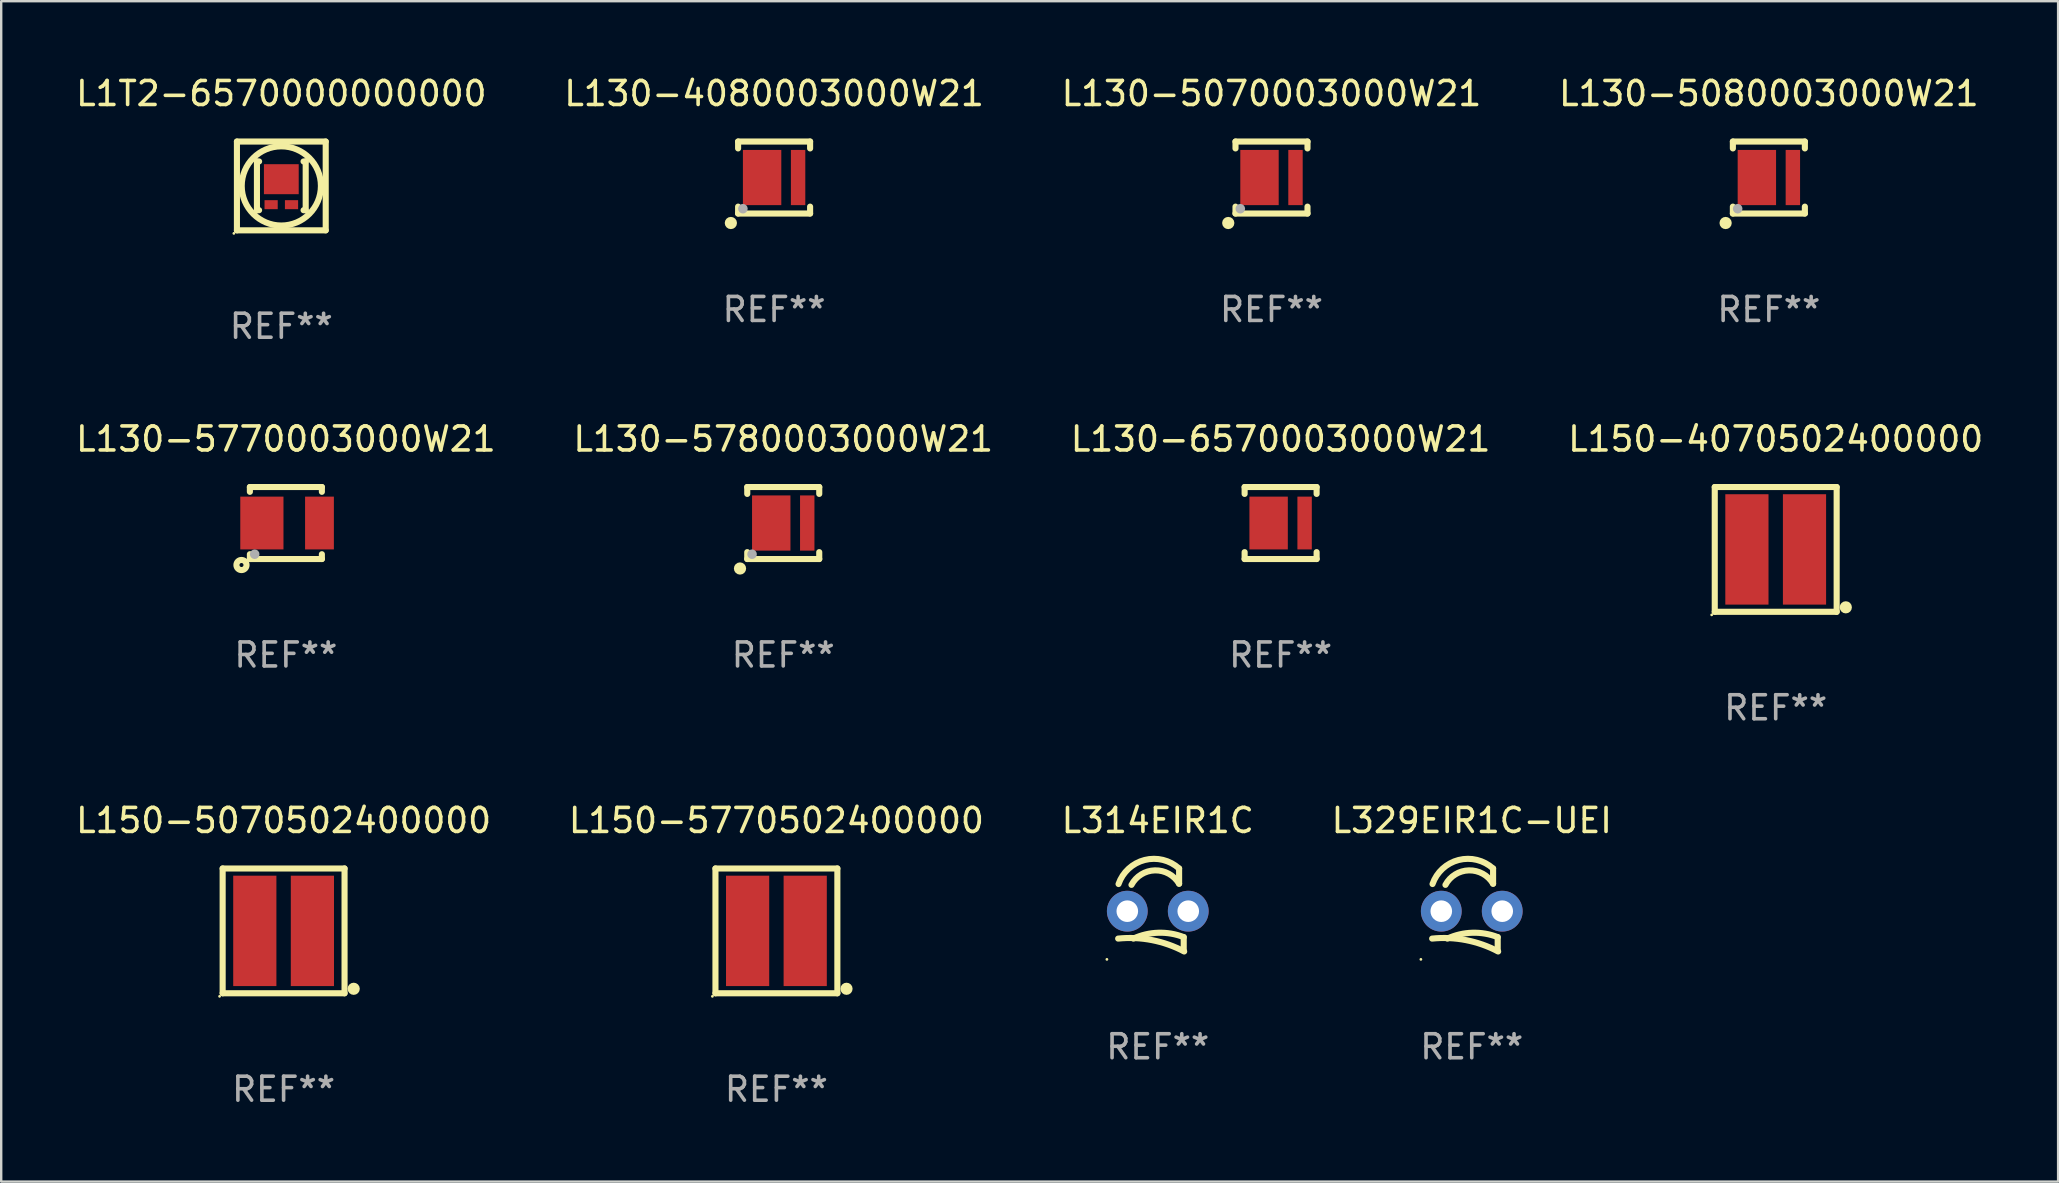
<source format=kicad_pcb>
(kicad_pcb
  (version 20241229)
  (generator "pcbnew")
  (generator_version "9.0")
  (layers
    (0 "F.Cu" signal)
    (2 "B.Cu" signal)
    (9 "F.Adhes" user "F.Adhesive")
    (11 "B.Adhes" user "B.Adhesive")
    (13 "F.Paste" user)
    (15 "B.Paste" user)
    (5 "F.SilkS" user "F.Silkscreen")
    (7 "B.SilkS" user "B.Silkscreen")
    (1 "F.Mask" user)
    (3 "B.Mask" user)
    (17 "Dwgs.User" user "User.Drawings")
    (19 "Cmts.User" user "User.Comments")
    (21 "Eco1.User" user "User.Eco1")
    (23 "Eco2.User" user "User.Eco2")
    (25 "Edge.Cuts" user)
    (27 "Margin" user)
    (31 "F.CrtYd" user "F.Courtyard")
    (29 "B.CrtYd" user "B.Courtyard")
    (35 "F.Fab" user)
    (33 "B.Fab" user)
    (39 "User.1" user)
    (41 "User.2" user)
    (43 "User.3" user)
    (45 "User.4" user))
  (footprint "L130-5080003000W21"
    (layer "F.Cu")
    (at 70.661 4.348)
    (property "Reference" "L130-5080003000W21" (at 0 -3.5 0) (layer "F.SilkS") (effects (font (size 1 1) (thickness 0.15))))
    (attr through_hole)
    (fp_line (start -1.5 -1.5) (end -1.5 -1.213) (stroke (width 0.254) (type solid)) (layer "F.SilkS"))
    (fp_line (start -1.5 -1.5) (end 1.5 -1.5) (stroke (width 0.254) (type solid)) (layer "F.SilkS"))
    (fp_line (start -1.5 1.213) (end -1.5 1.5) (stroke (width 0.254) (type solid)) (layer "F.SilkS"))
    (fp_line (start -1.5 1.5) (end 1.5 1.5) (stroke (width 0.254) (type solid)) (layer "F.SilkS"))
    (fp_line (start 1.5 -1.213) (end 1.5 -1.5) (stroke (width 0.254) (type solid)) (layer "F.SilkS"))
    (fp_line (start 1.5 1.5) (end 1.5 1.213) (stroke (width 0.254) (type solid)) (layer "F.SilkS"))
    (fp_circle (center -1.802 1.895) (end -1.674 1.895) (stroke (width 0.254) (type solid)) (fill no) (layer "F.SilkS"))
    (fp_circle (center -1.5 1.5) (end -1.47 1.5) (stroke (width 0.06) (type solid)) (fill no) (layer "F.SilkS"))
    (fp_circle (center -1.3 1.3) (end -1.2 1.3) (stroke (width 0.2) (type solid)) (fill no) (layer "F.Fab"))
    (fp_text user "REF**" (at 0 5.5 0) (layer "F.Fab") (effects (font (size 1 1) (thickness 0.15))))
    (pad "1" smd rect (at -0.5 0) (size 1.6 2.3) (layers "F.Cu" "F.Mask" "F.Paste"))
    (pad "2" smd rect (at 1 0) (size 0.6 2.3) (layers "F.Cu" "F.Mask" "F.Paste")))
  (footprint "L329EIR1C-UEI"
    (layer "F.Cu")
    (at 58.28 34.856)
    (property "Reference" "L329EIR1C-UEI" (at 0 -3.715 0) (layer "F.SilkS") (effects (font (size 1 1) (thickness 0.15))))
    (attr through_hole)
    (fp_line (start 0.889 -1.08) (end 0.889 -1.715) (stroke (width 0.254) (type solid)) (layer "F.SilkS"))
    (fp_line (start 1.081 1.145) (end 1.081 1.715) (stroke (width 0.254) (type solid)) (layer "F.SilkS"))
    (fp_arc (start -1.651003 1.206502) (mid -0.235595 1.270962) (end 1.100229 1.743307) (stroke (width 0.254001) (type solid)) (layer "F.SilkS"))
    (fp_arc (start -1.634417 -1.068022) (mid -0.54636 -2.069084) (end 0.889002 -1.714503) (stroke (width 0.254001) (type solid)) (layer "F.SilkS"))
    (fp_arc (start -1.09619 -1.03269) (mid -0.117284 -1.636677) (end 0.889002 -1.079502) (stroke (width 0.254001) (type solid)) (layer "F.SilkS"))
    (fp_arc (start -1.016002 1.206502) (mid 0.026416 0.962631) (end 1.081357 1.144856) (stroke (width 0.254001) (type solid)) (layer "F.SilkS"))
    (fp_circle (center -2.12 2.072) (end -2.09 2.072) (stroke (width 0.06) (type solid)) (fill no) (layer "F.SilkS"))
    (fp_text user "REF**" (at 0 5.715 0) (layer "F.Fab") (effects (font (size 1 1) (thickness 0.15))))
    (pad "1" thru_hole circle (at -1.27 0.064) (size 1.7 1.7) (drill 0.9) (layers "*.Cu" "*.Mask"))
    (pad "2" thru_hole circle (at 1.27 0.064) (size 1.7 1.7) (drill 0.9) (layers "*.Cu" "*.Mask")))
  (footprint "L130-5770003000W21"
    (layer "F.Cu")
    (at 8.863 18.745)
    (property "Reference" "L130-5770003000W21" (at 0 -3.5 0) (layer "F.SilkS") (effects (font (size 1 1) (thickness 0.15))))
    (attr through_hole)
    (fp_line (start -1.5 -1.5) (end -1.5 -1.3) (stroke (width 0.254) (type solid)) (layer "F.SilkS"))
    (fp_line (start -1.5 -1.5) (end 1.5 -1.5) (stroke (width 0.254) (type solid)) (layer "F.SilkS"))
    (fp_line (start -1.5 1.5) (end 1.5 1.5) (stroke (width 0.254) (type solid)) (layer "F.SilkS"))
    (fp_line (start -1.5 1.3) (end -1.5 1.5) (stroke (width 0.254) (type solid)) (layer "F.SilkS"))
    (fp_line (start 1.5 1.5) (end 1.5 1.3) (stroke (width 0.254) (type solid)) (layer "F.SilkS"))
    (fp_line (start 1.5 -1.3) (end 1.5 -1.5) (stroke (width 0.254) (type solid)) (layer "F.SilkS"))
    (fp_circle (center -1.85 1.75) (end -1.766 1.75) (stroke (width 0.254) (type solid)) (fill no) (layer "F.SilkS"))
    (fp_circle (center -1.5 1.5) (end -1.47 1.5) (stroke (width 0.06) (type solid)) (fill no) (layer "F.SilkS"))
    (fp_circle (center -1.3 1.3) (end -1.2 1.3) (stroke (width 0.2) (type solid)) (fill no) (layer "F.Fab"))
    (fp_text user "REF**" (at 0 5.5 0) (layer "F.Fab") (effects (font (size 1 1) (thickness 0.15))))
    (pad "1" smd rect (at -1 0) (size 1.8 2.2) (layers "F.Cu" "F.Mask" "F.Paste"))
    (pad "2" smd rect (at 1.4 0) (size 1.2 2.2) (layers "F.Cu" "F.Mask" "F.Paste")))
  (footprint "L130-5070003000W21"
    (layer "F.Cu")
    (at 49.935 4.348)
    (property "Reference" "L130-5070003000W21" (at 0 -3.5 0) (layer "F.SilkS") (effects (font (size 1 1) (thickness 0.15))))
    (attr through_hole)
    (fp_line (start -1.5 -1.5) (end -1.5 -1.213) (stroke (width 0.254) (type solid)) (layer "F.SilkS"))
    (fp_line (start -1.5 -1.5) (end 1.5 -1.5) (stroke (width 0.254) (type solid)) (layer "F.SilkS"))
    (fp_line (start -1.5 1.213) (end -1.5 1.5) (stroke (width 0.254) (type solid)) (layer "F.SilkS"))
    (fp_line (start -1.5 1.5) (end 1.5 1.5) (stroke (width 0.254) (type solid)) (layer "F.SilkS"))
    (fp_line (start 1.5 -1.213) (end 1.5 -1.5) (stroke (width 0.254) (type solid)) (layer "F.SilkS"))
    (fp_line (start 1.5 1.5) (end 1.5 1.213) (stroke (width 0.254) (type solid)) (layer "F.SilkS"))
    (fp_circle (center -1.802 1.895) (end -1.674 1.895) (stroke (width 0.254) (type solid)) (fill no) (layer "F.SilkS"))
    (fp_circle (center -1.5 1.5) (end -1.47 1.5) (stroke (width 0.06) (type solid)) (fill no) (layer "F.SilkS"))
    (fp_circle (center -1.3 1.3) (end -1.2 1.3) (stroke (width 0.2) (type solid)) (fill no) (layer "F.Fab"))
    (fp_text user "REF**" (at 0 5.5 0) (layer "F.Fab") (effects (font (size 1 1) (thickness 0.15))))
    (pad "1" smd rect (at -0.5 0) (size 1.6 2.3) (layers "F.Cu" "F.Mask" "F.Paste"))
    (pad "2" smd rect (at 1 0) (size 0.6 2.3) (layers "F.Cu" "F.Mask" "F.Paste")))
  (footprint "L1T2-6570000000000"
    (layer "F.Cu")
    (at 8.673 4.698)
    (property "Reference" "L1T2-6570000000000" (at 0 -3.85 0) (layer "F.SilkS") (effects (font (size 1 1) (thickness 0.15))))
    (attr through_hole)
    (fp_line (start -1.85 -1.85) (end 1.85 -1.85) (stroke (width 0.254) (type solid)) (layer "F.SilkS"))
    (fp_line (start -1.85 1.85) (end -1.85 -1.85) (stroke (width 0.254) (type solid)) (layer "F.SilkS"))
    (fp_line (start -1.016 -1.02) (end -1.016 1.012) (stroke (width 0.254) (type solid)) (layer "F.SilkS"))
    (fp_line (start -1.016 -1.02) (end -0.926 -1.02) (stroke (width 0.254) (type solid)) (layer "F.SilkS"))
    (fp_line (start -1.016 1.012) (end -0.927 1.012) (stroke (width 0.254) (type solid)) (layer "F.SilkS"))
    (fp_line (start 0.926 -1.02) (end 1.016 -1.02) (stroke (width 0.254) (type solid)) (layer "F.SilkS"))
    (fp_line (start 0.927 1.012) (end 1.016 1.012) (stroke (width 0.254) (type solid)) (layer "F.SilkS"))
    (fp_line (start 1.016 -1.02) (end 1.016 1.012) (stroke (width 0.254) (type solid)) (layer "F.SilkS"))
    (fp_line (start 1.85 -1.85) (end 1.85 1.85) (stroke (width 0.254) (type solid)) (layer "F.SilkS"))
    (fp_line (start 1.85 1.85) (end -1.85 1.85) (stroke (width 0.254) (type solid)) (layer "F.SilkS"))
    (fp_circle (center -1.977 1.977) (end -1.947 1.977) (stroke (width 0.06) (type solid)) (fill no) (layer "F.SilkS"))
    (fp_circle (center -0.000102 -0.000051) (end 1.65 -0.000051) (stroke (width 0.254) (type solid)) (fill no) (layer "F.SilkS"))
    (fp_text user "REF**" (at 0 5.85 0) (layer "F.Fab") (effects (font (size 1 1) (thickness 0.15))))
    (pad "1" smd rect (at -0.425 0.781) (size 0.55 0.375) (layers "F.Cu" "F.Mask" "F.Paste"))
    (pad "2" smd rect (at 0.425 0.781) (size 0.55 0.375) (layers "F.Cu" "F.Mask" "F.Paste"))
    (pad "3" smd rect (at -0.000102 -0.281) (size 1.45 1.25) (layers "F.Cu" "F.Mask" "F.Paste")))
  (footprint "L130-6570003000W21"
    (layer "F.Cu")
    (at 50.315 18.745)
    (property "Reference" "L130-6570003000W21" (at 0 -3.5 0) (layer "F.SilkS") (effects (font (size 1 1) (thickness 0.15))))
    (attr through_hole)
    (fp_line (start -1.5 -1.5) (end -1.5 -1.213) (stroke (width 0.254) (type solid)) (layer "F.SilkS"))
    (fp_line (start -1.5 -1.5) (end 1.5 -1.5) (stroke (width 0.254) (type solid)) (layer "F.SilkS"))
    (fp_line (start -1.5 1.213) (end -1.5 1.5) (stroke (width 0.254) (type solid)) (layer "F.SilkS"))
    (fp_line (start -1.5 1.5) (end 1.5 1.5) (stroke (width 0.254) (type solid)) (layer "F.SilkS"))
    (fp_line (start 1.5 -1.213) (end 1.5 -1.5) (stroke (width 0.254) (type solid)) (layer "F.SilkS"))
    (fp_line (start 1.5 1.5) (end 1.5 1.213) (stroke (width 0.254) (type solid)) (layer "F.SilkS"))
    (fp_circle (center -1.5 1.501) (end -1.47 1.501) (stroke (width 0.06) (type solid)) (fill no) (layer "F.SilkS"))
    (fp_text user "REF**" (at 0 5.5 0) (layer "F.Fab") (effects (font (size 1 1) (thickness 0.15))))
    (pad "1" smd rect (at -0.5 0) (size 1.6 2.2) (layers "F.Cu" "F.Mask" "F.Paste"))
    (pad "2" smd rect (at 1 0) (size 0.6 2.2) (layers "F.Cu" "F.Mask" "F.Paste")))
  (footprint "L150-4070502400000"
    (layer "F.Cu")
    (at 70.946 19.845)
    (property "Reference" "L150-4070502400000" (at 0 -4.6 0) (layer "F.SilkS") (effects (font (size 1 1) (thickness 0.15))))
    (attr through_hole)
    (fp_line (start -2.54 -2.6) (end -2.54 2.6) (stroke (width 0.254) (type solid)) (layer "F.SilkS"))
    (fp_line (start -2.54 -2.6) (end 2.54 -2.6) (stroke (width 0.254) (type solid)) (layer "F.SilkS"))
    (fp_line (start -2.54 2.6) (end 2.54 2.6) (stroke (width 0.254) (type solid)) (layer "F.SilkS"))
    (fp_line (start 2.54 -2.6) (end 2.54 2.6) (stroke (width 0.254) (type solid)) (layer "F.SilkS"))
    (fp_circle (center -2.667 2.727) (end -2.637 2.727) (stroke (width 0.06) (type solid)) (fill no) (layer "F.SilkS"))
    (fp_circle (center 2.921 2.413) (end 3.048 2.413) (stroke (width 0.254) (type solid)) (fill no) (layer "F.SilkS"))
    (fp_text user "REF**" (at 0 6.6 0) (layer "F.Fab") (effects (font (size 1 1) (thickness 0.15))))
    (pad "1" smd rect (at -1.2 -0.000013) (size 1.8 4.6) (layers "F.Cu" "F.Mask" "F.Paste"))
    (pad "2" smd rect (at 1.2 -0.000013) (size 1.8 4.6) (layers "F.Cu" "F.Mask" "F.Paste")))
  (footprint "L150-5070502400000"
    (layer "F.Cu")
    (at 8.768 35.741)
    (property "Reference" "L150-5070502400000" (at 0 -4.6 0) (layer "F.SilkS") (effects (font (size 1 1) (thickness 0.15))))
    (attr through_hole)
    (fp_line (start -2.54 -2.6) (end -2.54 2.6) (stroke (width 0.254) (type solid)) (layer "F.SilkS"))
    (fp_line (start -2.54 -2.6) (end 2.54 -2.6) (stroke (width 0.254) (type solid)) (layer "F.SilkS"))
    (fp_line (start -2.54 2.6) (end 2.54 2.6) (stroke (width 0.254) (type solid)) (layer "F.SilkS"))
    (fp_line (start 2.54 -2.6) (end 2.54 2.6) (stroke (width 0.254) (type solid)) (layer "F.SilkS"))
    (fp_circle (center -2.667 2.727) (end -2.637 2.727) (stroke (width 0.06) (type solid)) (fill no) (layer "F.SilkS"))
    (fp_circle (center 2.921 2.413) (end 3.048 2.413) (stroke (width 0.254) (type solid)) (fill no) (layer "F.SilkS"))
    (fp_text user "REF**" (at 0 6.6 0) (layer "F.Fab") (effects (font (size 1 1) (thickness 0.15))))
    (pad "1" smd rect (at -1.2 -0.000013) (size 1.8 4.6) (layers "F.Cu" "F.Mask" "F.Paste"))
    (pad "2" smd rect (at 1.2 -0.000013) (size 1.8 4.6) (layers "F.Cu" "F.Mask" "F.Paste")))
  (footprint "L150-5770502400000"
    (layer "F.Cu")
    (at 29.304 35.741)
    (property "Reference" "L150-5770502400000" (at 0 -4.6 0) (layer "F.SilkS") (effects (font (size 1 1) (thickness 0.15))))
    (attr through_hole)
    (fp_line (start -2.54 -2.6) (end -2.54 2.6) (stroke (width 0.254) (type solid)) (layer "F.SilkS"))
    (fp_line (start -2.54 -2.6) (end 2.54 -2.6) (stroke (width 0.254) (type solid)) (layer "F.SilkS"))
    (fp_line (start -2.54 2.6) (end 2.54 2.6) (stroke (width 0.254) (type solid)) (layer "F.SilkS"))
    (fp_line (start 2.54 -2.6) (end 2.54 2.6) (stroke (width 0.254) (type solid)) (layer "F.SilkS"))
    (fp_circle (center -2.667 2.727) (end -2.637 2.727) (stroke (width 0.06) (type solid)) (fill no) (layer "F.SilkS"))
    (fp_circle (center 2.921 2.413) (end 3.048 2.413) (stroke (width 0.254) (type solid)) (fill no) (layer "F.SilkS"))
    (fp_text user "REF**" (at 0 6.6 0) (layer "F.Fab") (effects (font (size 1 1) (thickness 0.15))))
    (pad "1" smd rect (at -1.2 -0.000013) (size 1.8 4.6) (layers "F.Cu" "F.Mask" "F.Paste"))
    (pad "2" smd rect (at 1.2 -0.000013) (size 1.8 4.6) (layers "F.Cu" "F.Mask" "F.Paste")))
  (footprint "L130-5780003000W21"
    (layer "F.Cu")
    (at 29.589 18.745)
    (property "Reference" "L130-5780003000W21" (at 0 -3.5 0) (layer "F.SilkS") (effects (font (size 1 1) (thickness 0.15))))
    (attr through_hole)
    (fp_line (start -1.5 -1.5) (end -1.5 -1.213) (stroke (width 0.254) (type solid)) (layer "F.SilkS"))
    (fp_line (start -1.5 -1.5) (end 1.5 -1.5) (stroke (width 0.254) (type solid)) (layer "F.SilkS"))
    (fp_line (start -1.5 1.213) (end -1.5 1.5) (stroke (width 0.254) (type solid)) (layer "F.SilkS"))
    (fp_line (start -1.5 1.5) (end 1.5 1.5) (stroke (width 0.254) (type solid)) (layer "F.SilkS"))
    (fp_line (start 1.5 -1.213) (end 1.5 -1.5) (stroke (width 0.254) (type solid)) (layer "F.SilkS"))
    (fp_line (start 1.5 1.5) (end 1.5 1.213) (stroke (width 0.254) (type solid)) (layer "F.SilkS"))
    (fp_circle (center -1.802 1.895) (end -1.674 1.895) (stroke (width 0.254) (type solid)) (fill no) (layer "F.SilkS"))
    (fp_circle (center -1.5 1.5) (end -1.47 1.5) (stroke (width 0.06) (type solid)) (fill no) (layer "F.SilkS"))
    (fp_circle (center -1.3 1.3) (end -1.2 1.3) (stroke (width 0.2) (type solid)) (fill no) (layer "F.Fab"))
    (fp_text user "REF**" (at 0 5.5 0) (layer "F.Fab") (effects (font (size 1 1) (thickness 0.15))))
    (pad "1" smd rect (at -0.5 0) (size 1.6 2.3) (layers "F.Cu" "F.Mask" "F.Paste"))
    (pad "2" smd rect (at 1 0) (size 0.6 2.3) (layers "F.Cu" "F.Mask" "F.Paste")))
  (footprint "L130-4080003000W21"
    (layer "F.Cu")
    (at 29.208 4.348)
    (property "Reference" "L130-4080003000W21" (at 0 -3.5 0) (layer "F.SilkS") (effects (font (size 1 1) (thickness 0.15))))
    (attr through_hole)
    (fp_line (start -1.5 -1.5) (end -1.5 -1.213) (stroke (width 0.254) (type solid)) (layer "F.SilkS"))
    (fp_line (start -1.5 -1.5) (end 1.5 -1.5) (stroke (width 0.254) (type solid)) (layer "F.SilkS"))
    (fp_line (start -1.5 1.213) (end -1.5 1.5) (stroke (width 0.254) (type solid)) (layer "F.SilkS"))
    (fp_line (start -1.5 1.5) (end 1.5 1.5) (stroke (width 0.254) (type solid)) (layer "F.SilkS"))
    (fp_line (start 1.5 -1.213) (end 1.5 -1.5) (stroke (width 0.254) (type solid)) (layer "F.SilkS"))
    (fp_line (start 1.5 1.5) (end 1.5 1.213) (stroke (width 0.254) (type solid)) (layer "F.SilkS"))
    (fp_circle (center -1.802 1.895) (end -1.674 1.895) (stroke (width 0.254) (type solid)) (fill no) (layer "F.SilkS"))
    (fp_circle (center -1.5 1.5) (end -1.47 1.5) (stroke (width 0.06) (type solid)) (fill no) (layer "F.SilkS"))
    (fp_circle (center -1.3 1.3) (end -1.2 1.3) (stroke (width 0.2) (type solid)) (fill no) (layer "F.Fab"))
    (fp_text user "REF**" (at 0 5.5 0) (layer "F.Fab") (effects (font (size 1 1) (thickness 0.15))))
    (pad "1" smd rect (at -0.5 0) (size 1.6 2.3) (layers "F.Cu" "F.Mask" "F.Paste"))
    (pad "2" smd rect (at 1 0) (size 0.6 2.3) (layers "F.Cu" "F.Mask" "F.Paste")))
  (footprint "L314EIR1C"
    (layer "F.Cu")
    (at 45.196 34.856)
    (property "Reference" "L314EIR1C" (at 0 -3.715 0) (layer "F.SilkS") (effects (font (size 1 1) (thickness 0.15))))
    (attr through_hole)
    (fp_line (start 0.889 -1.08) (end 0.889 -1.715) (stroke (width 0.254) (type solid)) (layer "F.SilkS"))
    (fp_line (start 1.081 1.145) (end 1.081 1.715) (stroke (width 0.254) (type solid)) (layer "F.SilkS"))
    (fp_arc (start -1.651003 1.206502) (mid -0.235595 1.270962) (end 1.100229 1.743307) (stroke (width 0.254001) (type solid)) (layer "F.SilkS"))
    (fp_arc (start -1.634417 -1.068022) (mid -0.54636 -2.069084) (end 0.889002 -1.714503) (stroke (width 0.254001) (type solid)) (layer "F.SilkS"))
    (fp_arc (start -1.09619 -1.03269) (mid -0.117284 -1.636677) (end 0.889002 -1.079502) (stroke (width 0.254001) (type solid)) (layer "F.SilkS"))
    (fp_arc (start -1.016002 1.206502) (mid 0.026416 0.962631) (end 1.081357 1.144856) (stroke (width 0.254001) (type solid)) (layer "F.SilkS"))
    (fp_circle (center -2.12 2.072) (end -2.09 2.072) (stroke (width 0.06) (type solid)) (fill no) (layer "F.SilkS"))
    (fp_text user "REF**" (at 0 5.715 0) (layer "F.Fab") (effects (font (size 1 1) (thickness 0.15))))
    (pad "1" thru_hole circle (at -1.27 0.064) (size 1.7 1.7) (drill 0.9) (layers "*.Cu" "*.Mask"))
    (pad "2" thru_hole circle (at 1.27 0.064) (size 1.7 1.7) (drill 0.9) (layers "*.Cu" "*.Mask")))
  (gr_rect
    (start -3 -3)
    (end 82.714 46.189)
    (stroke (width 0.1) (type default))
    (fill no)
    (layer "Edge.Cuts")))
</source>
